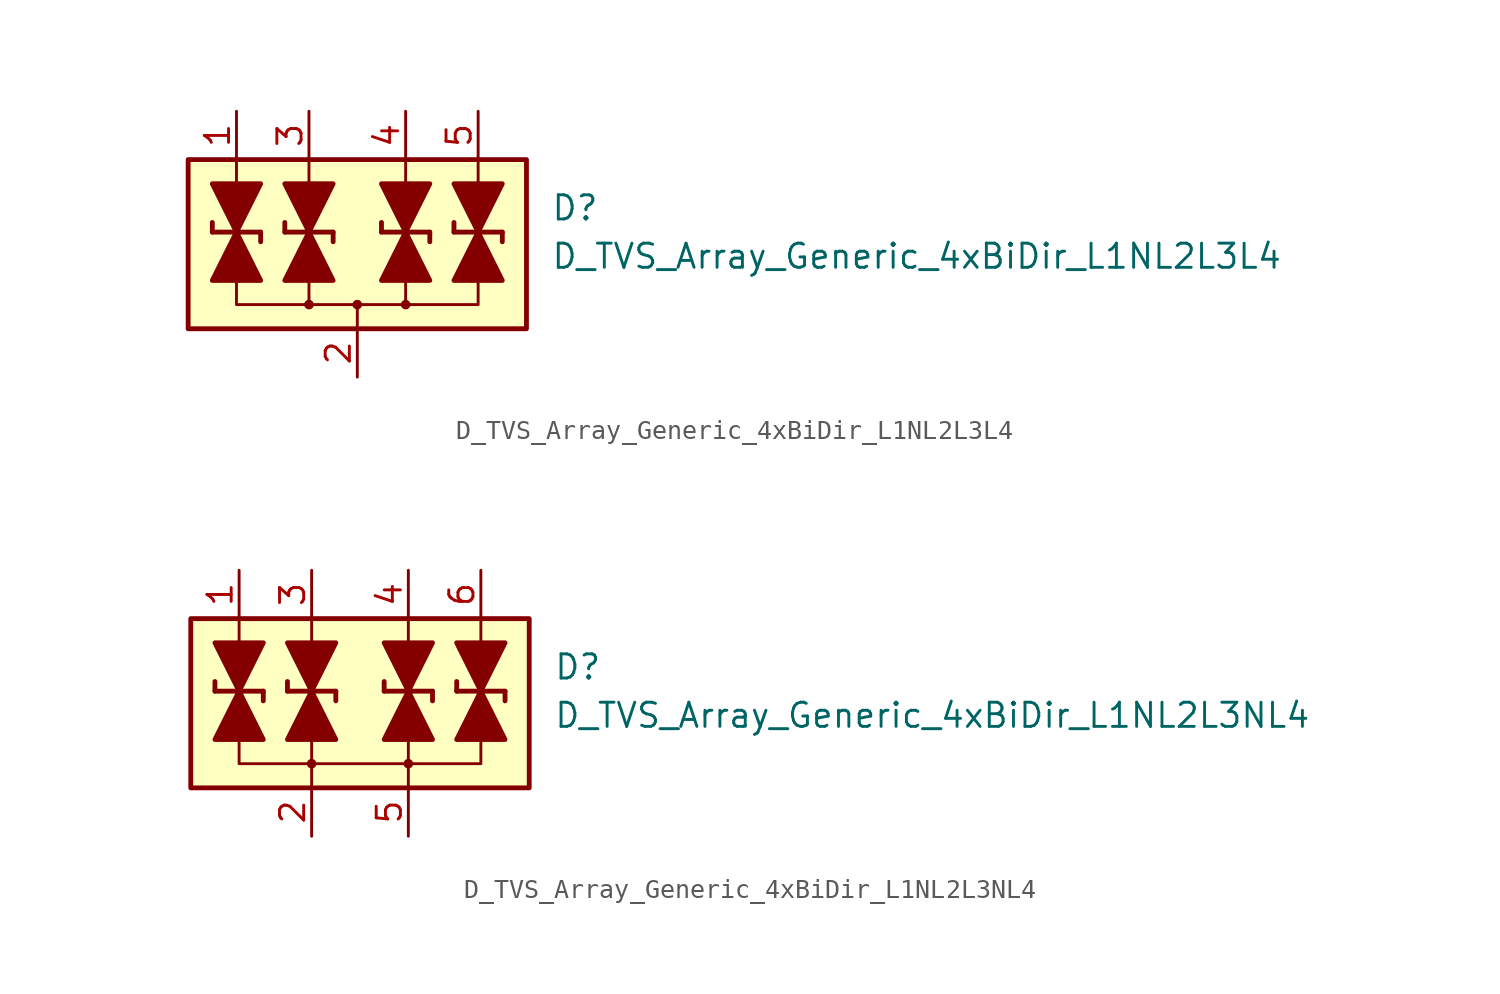
<source format=kicad_sym>
(kicad_symbol_lib
  (version 20231120)
  (generator "kicad_symbol_editor")
  (generator_version "8.0")
  (symbol "D_TVS_Array_Generic_4xBiDir_L1NL2L3L4"
    (pin_names
      (offset 1.016) hide)
    (property "Reference" "D"
      (at 10.16 1.27 0)
      (effects (font (size 1.27 1.27)) (justify left)))
    (property "Value" "D_TVS_Array_Generic_4xBiDir_L1NL2L3L4"
      (at 10.16 -1.27 0)
      (effects (font (size 1.27 1.27)) (justify left)))
    (symbol "D_TVS_Array_Generic_4xBiDir_L1NL2L3L4_0_1"
      (rectangle (start -8.89 3.81) (end 8.89 -5.08) (stroke (width 0.254) (type default)) (fill (type background)))
      (polyline (pts (xy -6.35 2.54) (xy -6.35 1.27)) (stroke (width 0) (type default)) (fill (type none)))
      (polyline (pts (xy -6.35 2.54) (xy -6.35 3.81)) (stroke (width 0) (type default)) (fill (type none)))
      (polyline (pts (xy -2.54 -2.54) (xy -2.54 -3.81)) (stroke (width 0) (type default)) (fill (type none)))
      (polyline (pts (xy -2.54 2.54) (xy -2.54 1.27)) (stroke (width 0) (type default)) (fill (type none)))
      (polyline (pts (xy -2.54 2.54) (xy -2.54 3.81)) (stroke (width 0) (type default)) (fill (type none)))
      (polyline (pts (xy 0 -3.81) (xy 0 -5.08)) (stroke (width 0) (type default)) (fill (type none)))
      (polyline (pts (xy 2.54 -2.54) (xy 2.54 -3.81)) (stroke (width 0) (type default)) (fill (type none)))
      (polyline (pts (xy 2.54 2.54) (xy 2.54 1.27)) (stroke (width 0) (type default)) (fill (type none)))
      (polyline (pts (xy 2.54 2.54) (xy 2.54 3.81)) (stroke (width 0) (type default)) (fill (type none)))
      (polyline (pts (xy 6.35 2.54) (xy 6.35 1.27)) (stroke (width 0) (type default)) (fill (type none)))
      (polyline (pts (xy 6.35 2.54) (xy 6.35 3.81)) (stroke (width 0) (type default)) (fill (type none)))
      (polyline (pts (xy -6.35 -2.54) (xy -6.35 -3.81) (xy 6.35 -3.81) (xy 6.35 -2.54)) (stroke (width 0) (type default)) (fill (type none))))
    (symbol "D_TVS_Array_Generic_4xBiDir_L1NL2L3L4_1_1"
      (circle (center -2.54 -3.81) (radius 0.178) (stroke (width 0) (type default)) (fill (type outline)))
      (circle (center 0 -3.81) (radius 0.178) (stroke (width 0) (type default)) (fill (type outline)))
      (polyline (pts (xy -7.62 0) (xy -7.62 0.508)) (stroke (width 0.254) (type default)) (fill (type none)))
      (polyline (pts (xy -7.62 0) (xy -5.08 0)) (stroke (width 0.254) (type default)) (fill (type none)))
      (polyline (pts (xy -6.35 1.27) (xy -6.35 -1.27)) (stroke (width 0) (type default)) (fill (type none)))
      (polyline (pts (xy -5.08 0) (xy -5.08 -0.508)) (stroke (width 0.254) (type default)) (fill (type none)))
      (polyline (pts (xy -3.81 0) (xy -3.81 0.508)) (stroke (width 0.254) (type default)) (fill (type none)))
      (polyline (pts (xy -3.81 0) (xy -1.27 0)) (stroke (width 0.254) (type default)) (fill (type none)))
      (polyline (pts (xy -2.54 1.27) (xy -2.54 -1.27)) (stroke (width 0) (type default)) (fill (type none)))
      (polyline (pts (xy -1.27 0) (xy -1.27 -0.508)) (stroke (width 0.254) (type default)) (fill (type none)))
      (polyline (pts (xy 1.27 0) (xy 1.27 0.508)) (stroke (width 0.254) (type default)) (fill (type none)))
      (polyline (pts (xy 1.27 0) (xy 3.81 0)) (stroke (width 0.254) (type default)) (fill (type none)))
      (polyline (pts (xy 2.54 1.27) (xy 2.54 -1.27)) (stroke (width 0) (type default)) (fill (type none)))
      (polyline (pts (xy 3.81 0) (xy 3.81 -0.508)) (stroke (width 0.254) (type default)) (fill (type none)))
      (polyline (pts (xy 5.08 0) (xy 5.08 0.508)) (stroke (width 0.254) (type default)) (fill (type none)))
      (polyline (pts (xy 5.08 0) (xy 7.62 0)) (stroke (width 0.254) (type default)) (fill (type none)))
      (polyline (pts (xy 6.35 1.27) (xy 6.35 -1.27)) (stroke (width 0) (type default)) (fill (type none)))
      (polyline (pts (xy 7.62 0) (xy 7.62 -0.508)) (stroke (width 0.254) (type default)) (fill (type none)))
      (polyline (pts (xy -7.62 2.54) (xy -5.08 2.54) (xy -6.35 0) (xy -7.62 2.54)) (stroke (width 0.254) (type default)) (fill (type outline)))
      (polyline (pts (xy -6.35 0) (xy -7.62 -2.54) (xy -5.08 -2.54) (xy -6.35 0)) (stroke (width 0.254) (type default)) (fill (type outline)))
      (polyline (pts (xy -3.81 2.54) (xy -1.27 2.54) (xy -2.54 0) (xy -3.81 2.54)) (stroke (width 0.254) (type default)) (fill (type outline)))
      (polyline (pts (xy -2.54 0) (xy -3.81 -2.54) (xy -1.27 -2.54) (xy -2.54 0)) (stroke (width 0.254) (type default)) (fill (type outline)))
      (polyline (pts (xy 1.27 2.54) (xy 3.81 2.54) (xy 2.54 0) (xy 1.27 2.54)) (stroke (width 0.254) (type default)) (fill (type outline)))
      (polyline (pts (xy 2.54 0) (xy 1.27 -2.54) (xy 3.81 -2.54) (xy 2.54 0)) (stroke (width 0.254) (type default)) (fill (type outline)))
      (polyline (pts (xy 5.08 2.54) (xy 7.62 2.54) (xy 6.35 0) (xy 5.08 2.54)) (stroke (width 0.254) (type default)) (fill (type outline)))
      (polyline (pts (xy 6.35 0) (xy 5.08 -2.54) (xy 7.62 -2.54) (xy 6.35 0)) (stroke (width 0.254) (type default)) (fill (type outline)))
      (circle (center 2.54 -3.81) (radius 0.178) (stroke (width 0) (type default)) (fill (type outline)))
      (pin passive line (at -6.35 6.35 270) (length 2.54) (name "L1" (effects (font (size 1.27 1.27)))) (number "1" (effects (font (size 1.27 1.27)))))
      (pin passive line (at 0 -7.62 90) (length 2.54) (name "VN" (effects (font (size 1.27 1.27)))) (number "2" (effects (font (size 1.27 1.27)))))
      (pin passive line (at -2.54 6.35 270) (length 2.54) (name "L2" (effects (font (size 1.27 1.27)))) (number "3" (effects (font (size 1.27 1.27)))))
      (pin passive line (at 2.54 6.35 270) (length 2.54) (name "L3" (effects (font (size 1.27 1.27)))) (number "4" (effects (font (size 1.27 1.27)))))
      (pin passive line (at 6.35 6.35 270) (length 2.54) (name "L4" (effects (font (size 1.27 1.27)))) (number "5" (effects (font (size 1.27 1.27)))))))
  (symbol "D_TVS_Array_Generic_4xBiDir_L1NL2L3NL4"
    (pin_names
      (offset 1.016) hide)
    (property "Reference" "D"
      (at 10.16 1.27 0)
      (effects (font (size 1.27 1.27)) (justify left)))
    (property "Value" "D_TVS_Array_Generic_4xBiDir_L1NL2L3NL4"
      (at 10.16 -1.27 0)
      (effects (font (size 1.27 1.27)) (justify left)))
    (symbol "D_TVS_Array_Generic_4xBiDir_L1NL2L3NL4_0_1"
      (rectangle (start -8.89 3.81) (end 8.89 -5.08) (stroke (width 0.254) (type default)) (fill (type background)))
      (polyline (pts (xy -6.35 2.54) (xy -6.35 1.27)) (stroke (width 0) (type default)) (fill (type none)))
      (polyline (pts (xy -6.35 2.54) (xy -6.35 3.81)) (stroke (width 0) (type default)) (fill (type none)))
      (polyline (pts (xy -2.54 -5.08) (xy -2.54 -3.81)) (stroke (width 0) (type default)) (fill (type none)))
      (polyline (pts (xy -2.54 -2.54) (xy -2.54 -3.81)) (stroke (width 0) (type default)) (fill (type none)))
      (polyline (pts (xy -2.54 2.54) (xy -2.54 1.27)) (stroke (width 0) (type default)) (fill (type none)))
      (polyline (pts (xy -2.54 2.54) (xy -2.54 3.81)) (stroke (width 0) (type default)) (fill (type none)))
      (polyline (pts (xy 2.54 -5.08) (xy 2.54 -3.81)) (stroke (width 0) (type default)) (fill (type none)))
      (polyline (pts (xy 2.54 -2.54) (xy 2.54 -3.81)) (stroke (width 0) (type default)) (fill (type none)))
      (polyline (pts (xy 2.54 2.54) (xy 2.54 1.27)) (stroke (width 0) (type default)) (fill (type none)))
      (polyline (pts (xy 2.54 2.54) (xy 2.54 3.81)) (stroke (width 0) (type default)) (fill (type none)))
      (polyline (pts (xy 6.35 2.54) (xy 6.35 1.27)) (stroke (width 0) (type default)) (fill (type none)))
      (polyline (pts (xy 6.35 2.54) (xy 6.35 3.81)) (stroke (width 0) (type default)) (fill (type none)))
      (polyline (pts (xy -6.35 -2.54) (xy -6.35 -3.81) (xy 6.35 -3.81) (xy 6.35 -2.54)) (stroke (width 0) (type default)) (fill (type none))))
    (symbol "D_TVS_Array_Generic_4xBiDir_L1NL2L3NL4_1_1"
      (circle (center -2.54 -3.81) (radius 0.178) (stroke (width 0) (type default)) (fill (type outline)))
      (polyline (pts (xy -7.62 0) (xy -7.62 0.508)) (stroke (width 0.254) (type default)) (fill (type none)))
      (polyline (pts (xy -7.62 0) (xy -5.08 0)) (stroke (width 0.254) (type default)) (fill (type none)))
      (polyline (pts (xy -6.35 1.27) (xy -6.35 -1.27)) (stroke (width 0) (type default)) (fill (type none)))
      (polyline (pts (xy -5.08 0) (xy -5.08 -0.508)) (stroke (width 0.254) (type default)) (fill (type none)))
      (polyline (pts (xy -3.81 0) (xy -3.81 0.508)) (stroke (width 0.254) (type default)) (fill (type none)))
      (polyline (pts (xy -3.81 0) (xy -1.27 0)) (stroke (width 0.254) (type default)) (fill (type none)))
      (polyline (pts (xy -2.54 1.27) (xy -2.54 -1.27)) (stroke (width 0) (type default)) (fill (type none)))
      (polyline (pts (xy -1.27 0) (xy -1.27 -0.508)) (stroke (width 0.254) (type default)) (fill (type none)))
      (polyline (pts (xy 1.27 0) (xy 1.27 0.508)) (stroke (width 0.254) (type default)) (fill (type none)))
      (polyline (pts (xy 1.27 0) (xy 3.81 0)) (stroke (width 0.254) (type default)) (fill (type none)))
      (polyline (pts (xy 2.54 1.27) (xy 2.54 -1.27)) (stroke (width 0) (type default)) (fill (type none)))
      (polyline (pts (xy 3.81 0) (xy 3.81 -0.508)) (stroke (width 0.254) (type default)) (fill (type none)))
      (polyline (pts (xy 5.08 0) (xy 5.08 0.508)) (stroke (width 0.254) (type default)) (fill (type none)))
      (polyline (pts (xy 5.08 0) (xy 7.62 0)) (stroke (width 0.254) (type default)) (fill (type none)))
      (polyline (pts (xy 6.35 1.27) (xy 6.35 -1.27)) (stroke (width 0) (type default)) (fill (type none)))
      (polyline (pts (xy 7.62 0) (xy 7.62 -0.508)) (stroke (width 0.254) (type default)) (fill (type none)))
      (polyline (pts (xy -7.62 2.54) (xy -5.08 2.54) (xy -6.35 0) (xy -7.62 2.54)) (stroke (width 0.254) (type default)) (fill (type outline)))
      (polyline (pts (xy -6.35 0) (xy -7.62 -2.54) (xy -5.08 -2.54) (xy -6.35 0)) (stroke (width 0.254) (type default)) (fill (type outline)))
      (polyline (pts (xy -3.81 2.54) (xy -1.27 2.54) (xy -2.54 0) (xy -3.81 2.54)) (stroke (width 0.254) (type default)) (fill (type outline)))
      (polyline (pts (xy -2.54 0) (xy -3.81 -2.54) (xy -1.27 -2.54) (xy -2.54 0)) (stroke (width 0.254) (type default)) (fill (type outline)))
      (polyline (pts (xy 1.27 2.54) (xy 3.81 2.54) (xy 2.54 0) (xy 1.27 2.54)) (stroke (width 0.254) (type default)) (fill (type outline)))
      (polyline (pts (xy 2.54 0) (xy 1.27 -2.54) (xy 3.81 -2.54) (xy 2.54 0)) (stroke (width 0.254) (type default)) (fill (type outline)))
      (polyline (pts (xy 5.08 2.54) (xy 7.62 2.54) (xy 6.35 0) (xy 5.08 2.54)) (stroke (width 0.254) (type default)) (fill (type outline)))
      (polyline (pts (xy 6.35 0) (xy 5.08 -2.54) (xy 7.62 -2.54) (xy 6.35 0)) (stroke (width 0.254) (type default)) (fill (type outline)))
      (circle (center 2.54 -3.81) (radius 0.178) (stroke (width 0) (type default)) (fill (type outline)))
      (pin passive line (at -6.35 6.35 270) (length 2.54) (name "L1" (effects (font (size 1.27 1.27)))) (number "1" (effects (font (size 1.27 1.27)))))
      (pin passive line (at -2.54 -7.62 90) (length 2.54) (name "VN" (effects (font (size 1.27 1.27)))) (number "2" (effects (font (size 1.27 1.27)))))
      (pin passive line (at -2.54 6.35 270) (length 2.54) (name "L2" (effects (font (size 1.27 1.27)))) (number "3" (effects (font (size 1.27 1.27)))))
      (pin passive line (at 2.54 6.35 270) (length 2.54) (name "L3" (effects (font (size 1.27 1.27)))) (number "4" (effects (font (size 1.27 1.27)))))
      (pin passive line (at 2.54 -7.62 90) (length 2.54) (name "VN" (effects (font (size 1.27 1.27)))) (number "5" (effects (font (size 1.27 1.27)))))
      (pin passive line (at 6.35 6.35 270) (length 2.54) (name "L4" (effects (font (size 1.27 1.27)))) (number "6" (effects (font (size 1.27 1.27))))))))
</source>
